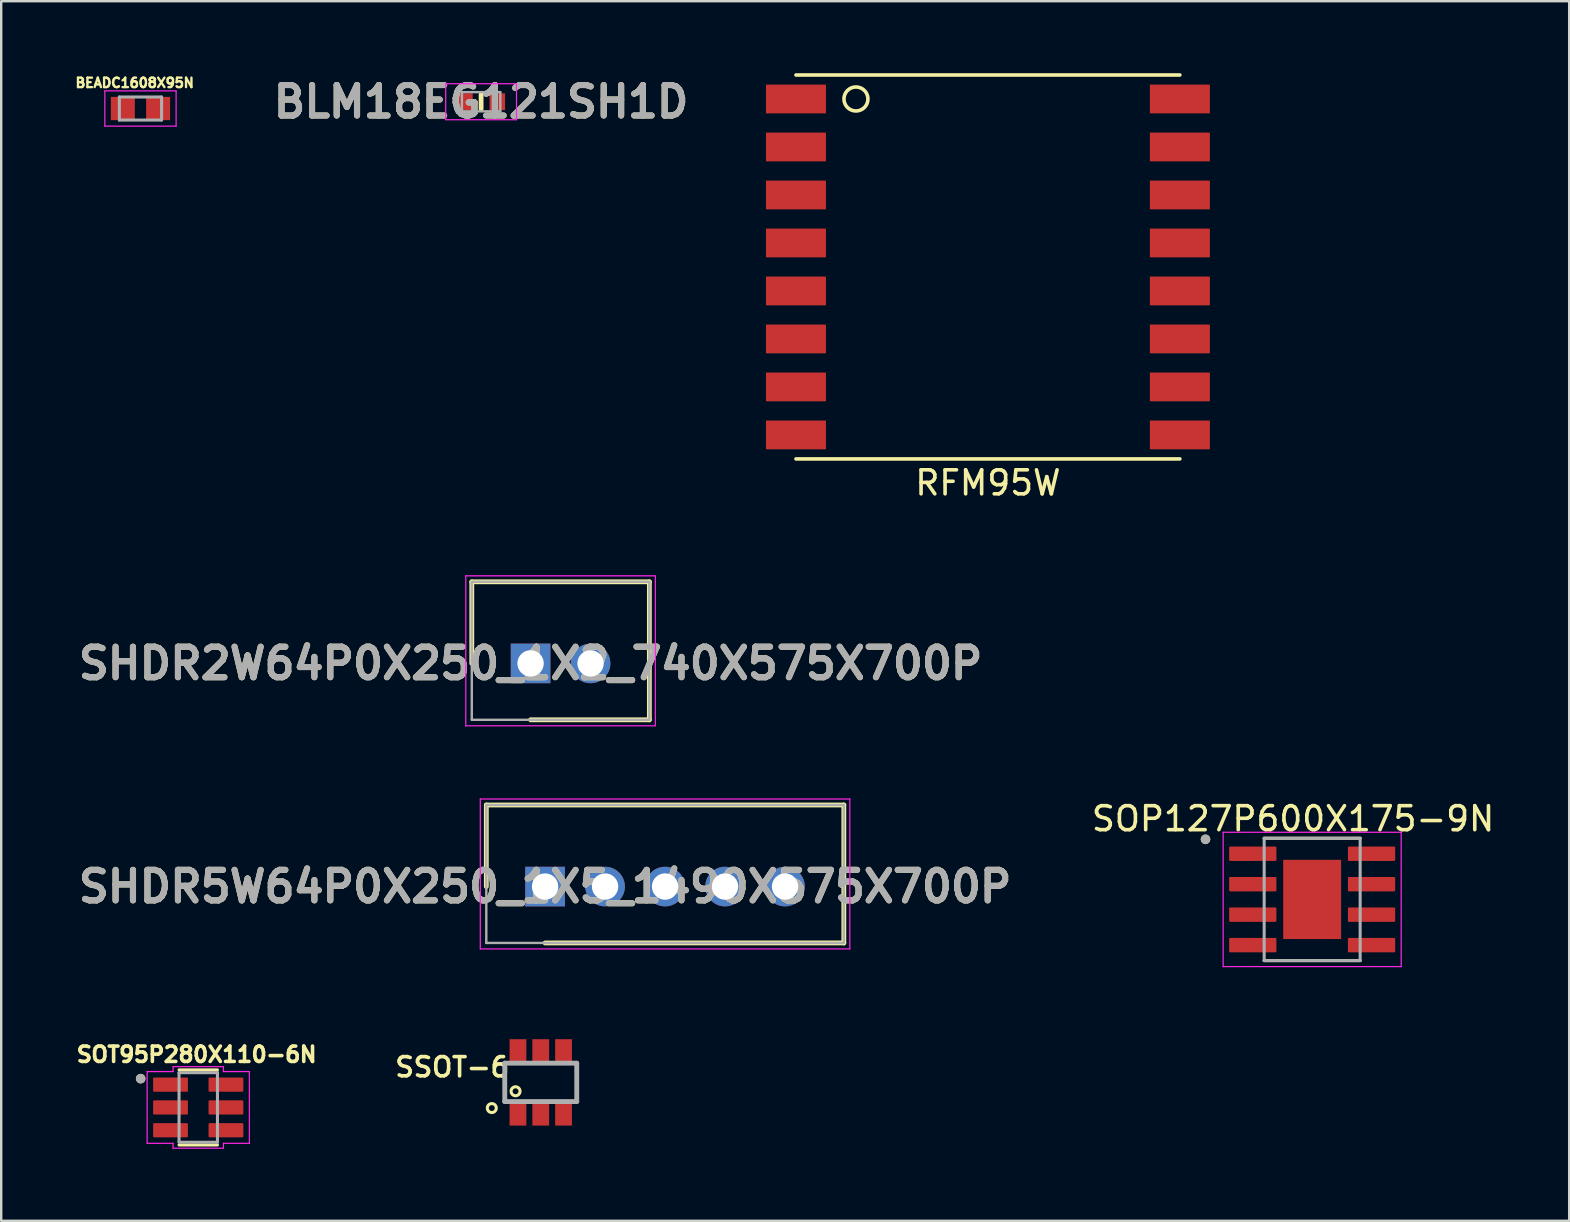
<source format=kicad_pcb>
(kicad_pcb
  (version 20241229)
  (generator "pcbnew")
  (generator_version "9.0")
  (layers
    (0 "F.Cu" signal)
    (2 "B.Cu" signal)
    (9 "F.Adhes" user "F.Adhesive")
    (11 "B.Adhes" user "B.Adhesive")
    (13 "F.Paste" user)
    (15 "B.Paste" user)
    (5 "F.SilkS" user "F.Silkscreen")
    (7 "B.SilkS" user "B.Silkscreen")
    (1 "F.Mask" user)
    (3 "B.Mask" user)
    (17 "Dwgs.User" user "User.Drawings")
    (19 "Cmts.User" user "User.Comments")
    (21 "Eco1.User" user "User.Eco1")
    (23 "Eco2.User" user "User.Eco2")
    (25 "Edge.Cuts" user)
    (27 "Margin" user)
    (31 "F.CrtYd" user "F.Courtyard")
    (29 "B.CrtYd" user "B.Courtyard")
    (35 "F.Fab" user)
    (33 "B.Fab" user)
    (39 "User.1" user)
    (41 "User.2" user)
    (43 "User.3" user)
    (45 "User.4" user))
  (footprint "SSOT-6"
    (layer "F.Cu")
    (at 19.486 42.059)
    (property "Reference" "SSOT-6" (at -3.688 -0.636 180) (layer "F.SilkS") (effects (font (size 0.801 0.801) (thickness 0.15))))
    (attr through_hole)
    (fp_line (start -1.5 -0.8) (end -1.5 0.8) (stroke (width 0.127) (type solid)) (layer "F.SilkS"))
    (fp_line (start 1.49 -0.78) (end 1.5 0.8) (stroke (width 0.127) (type solid)) (layer "F.SilkS"))
    (fp_line (start 1.5 0.8) (end -1.5 0.8) (stroke (width 0.127) (type solid)) (layer "F.SilkS"))
    (fp_circle (center -2.04 1.07) (end -1.853 1.07) (stroke (width 0.127) (type solid)) (fill no) (layer "F.SilkS"))
    (fp_circle (center -1.05 0.37) (end -0.863 0.37) (stroke (width 0.127) (type solid)) (fill no) (layer "F.SilkS"))
    (fp_line (start -1.5 -0.8) (end 1.5 -0.8) (stroke (width 0.203) (type solid)) (layer "F.Fab"))
    (fp_line (start -1.5 0.8) (end -1.5 -0.8) (stroke (width 0.203) (type solid)) (layer "F.Fab"))
    (fp_line (start 1.5 -0.8) (end 1.5 0.8) (stroke (width 0.203) (type solid)) (layer "F.Fab"))
    (fp_line (start 1.5 0.8) (end -1.5 0.8) (stroke (width 0.203) (type solid)) (layer "F.Fab"))
    (pad "1" smd rect (at -0.95 1.3) (size 0.7 1) (layers "F.Cu" "F.Mask" "F.Paste"))
    (pad "2" smd rect (at 0 1.3) (size 0.7 1) (layers "F.Cu" "F.Mask" "F.Paste"))
    (pad "3" smd rect (at 0.95 1.3) (size 0.7 1) (layers "F.Cu" "F.Mask" "F.Paste"))
    (pad "4" smd rect (at 0.95 -1.3) (size 0.7 1) (layers "F.Cu" "F.Mask" "F.Paste"))
    (pad "5" smd rect (at 0 -1.3) (size 0.7 1) (layers "F.Cu" "F.Mask" "F.Paste"))
    (pad "6" smd rect (at -0.95 -1.3) (size 0.7 1) (layers "F.Cu" "F.Mask" "F.Paste")))
  (footprint "RFM95W"
    (layer "F.Cu")
    (at 38.122 8.075)
    (property "Reference" "RFM95W" (at 0 9 0) (layer "F.SilkS") (effects (font (size 1 1) (thickness 0.15))))
    (attr smd)
    (fp_line (start -8 -8) (end 8 -8) (stroke (width 0.15) (type solid)) (layer "F.SilkS"))
    (fp_line (start -8 8) (end 8 8) (stroke (width 0.15) (type solid)) (layer "F.SilkS"))
    (fp_circle (center -5.5 -7) (end -5.5 -6.5) (stroke (width 0.15) (type solid)) (fill no) (layer "F.SilkS"))
    (pad "1" smd rect (at -8 -7) (size 2.5 1.2) (layers "F.Cu" "F.Mask" "F.Paste"))
    (pad "2" smd rect (at -8 -5) (size 2.5 1.2) (layers "F.Cu" "F.Mask" "F.Paste"))
    (pad "3" smd rect (at -8 -3) (size 2.5 1.2) (layers "F.Cu" "F.Mask" "F.Paste"))
    (pad "4" smd rect (at -8 -1) (size 2.5 1.2) (layers "F.Cu" "F.Mask" "F.Paste"))
    (pad "5" smd rect (at -8 1) (size 2.5 1.2) (layers "F.Cu" "F.Mask" "F.Paste"))
    (pad "6" smd rect (at -8 3) (size 2.5 1.2) (layers "F.Cu" "F.Mask" "F.Paste"))
    (pad "7" smd rect (at -8 5) (size 2.5 1.2) (layers "F.Cu" "F.Mask" "F.Paste"))
    (pad "8" smd rect (at -8 7) (size 2.5 1.2) (layers "F.Cu" "F.Mask" "F.Paste"))
    (pad "9" smd rect (at 8 7) (size 2.5 1.2) (layers "F.Cu" "F.Mask" "F.Paste"))
    (pad "10" smd rect (at 8 5) (size 2.5 1.2) (layers "F.Cu" "F.Mask" "F.Paste"))
    (pad "11" smd rect (at 8 3) (size 2.5 1.2) (layers "F.Cu" "F.Mask" "F.Paste"))
    (pad "12" smd rect (at 8 1) (size 2.5 1.2) (layers "F.Cu" "F.Mask" "F.Paste"))
    (pad "13" smd rect (at 8 -1) (size 2.5 1.2) (layers "F.Cu" "F.Mask" "F.Paste"))
    (pad "14" smd rect (at 8 -3) (size 2.5 1.2) (layers "F.Cu" "F.Mask" "F.Paste"))
    (pad "15" smd rect (at 8 -5) (size 2.5 1.2) (layers "F.Cu" "F.Mask" "F.Paste"))
    (pad "16" smd rect (at 8 -7) (size 2.5 1.2) (layers "F.Cu" "F.Mask" "F.Paste")))
  (footprint "BLM18EG121SH1D"
    (layer "F.Cu")
    (at 17 1.189)
    (property "Reference" "BLM18EG121SH1D" (at 0 0 0) (layer "F.SilkS") (effects (font (size 1.27 1.27) (thickness 0.254))))
    (attr smd)
    (fp_line (start 0 -0.3) (end 0 0.3) (stroke (width 0.2) (type solid)) (layer "F.SilkS"))
    (fp_line (start -1.475 -0.75) (end 1.475 -0.75) (stroke (width 0.05) (type solid)) (layer "F.CrtYd"))
    (fp_line (start -1.475 0.75) (end -1.475 -0.75) (stroke (width 0.05) (type solid)) (layer "F.CrtYd"))
    (fp_line (start 1.475 -0.75) (end 1.475 0.75) (stroke (width 0.05) (type solid)) (layer "F.CrtYd"))
    (fp_line (start 1.475 0.75) (end -1.475 0.75) (stroke (width 0.05) (type solid)) (layer "F.CrtYd"))
    (fp_line (start -0.8 -0.4) (end 0.8 -0.4) (stroke (width 0.1) (type solid)) (layer "F.Fab"))
    (fp_line (start -0.8 0.4) (end -0.8 -0.4) (stroke (width 0.1) (type solid)) (layer "F.Fab"))
    (fp_line (start 0.8 -0.4) (end 0.8 0.4) (stroke (width 0.1) (type solid)) (layer "F.Fab"))
    (fp_line (start 0.8 0.4) (end -0.8 0.4) (stroke (width 0.1) (type solid)) (layer "F.Fab"))
    (fp_text user "${REFERENCE}" (at 0 0 0) (layer "F.Fab") (effects (font (size 1.27 1.27) (thickness 0.254))))
    (pad "1" smd rect (at -0.675 0) (size 0.65 0.7) (layers "F.Cu" "F.Mask" "F.Paste"))
    (pad "2" smd rect (at 0.675 0) (size 0.65 0.7) (layers "F.Cu" "F.Mask" "F.Paste")))
  (footprint "SHDR5W64P0X250_1X5_1490X575X700P"
    (layer "F.Cu")
    (at 19.667 33.898)
    (property "Reference" "SHDR5W64P0X250_1X5_1490X575X700P" (at 0 0 0) (layer "F.SilkS") (effects (font (size 1.27 1.27) (thickness 0.254))))
    (attr through_hole)
    (fp_line (start -2.45 -3.4) (end -2.45 0) (stroke (width 0.2) (type solid)) (layer "F.SilkS"))
    (fp_line (start 0 2.35) (end 12.45 2.35) (stroke (width 0.2) (type solid)) (layer "F.SilkS"))
    (fp_line (start 12.45 -3.4) (end -2.45 -3.4) (stroke (width 0.2) (type solid)) (layer "F.SilkS"))
    (fp_line (start 12.45 2.35) (end 12.45 -3.4) (stroke (width 0.2) (type solid)) (layer "F.SilkS"))
    (fp_line (start -2.7 -3.65) (end 12.7 -3.65) (stroke (width 0.05) (type solid)) (layer "F.CrtYd"))
    (fp_line (start -2.7 2.6) (end -2.7 -3.65) (stroke (width 0.05) (type solid)) (layer "F.CrtYd"))
    (fp_line (start 12.7 -3.65) (end 12.7 2.6) (stroke (width 0.05) (type solid)) (layer "F.CrtYd"))
    (fp_line (start 12.7 2.6) (end -2.7 2.6) (stroke (width 0.05) (type solid)) (layer "F.CrtYd"))
    (fp_line (start -2.45 -3.4) (end 12.45 -3.4) (stroke (width 0.1) (type solid)) (layer "F.Fab"))
    (fp_line (start -2.45 2.35) (end -2.45 -3.4) (stroke (width 0.1) (type solid)) (layer "F.Fab"))
    (fp_line (start 12.45 -3.4) (end 12.45 2.35) (stroke (width 0.1) (type solid)) (layer "F.Fab"))
    (fp_line (start 12.45 2.35) (end -2.45 2.35) (stroke (width 0.1) (type solid)) (layer "F.Fab"))
    (fp_text user "${REFERENCE}" (at 0 0 0) (layer "F.Fab") (effects (font (size 1.27 1.27) (thickness 0.254))))
    (pad "1" thru_hole rect (at 0 0) (size 1.65 1.65) (drill 1.1) (layers "*.Cu" "*.Mask"))
    (pad "2" thru_hole circle (at 2.5 0) (size 1.65 1.65) (drill 1.1) (layers "*.Cu" "*.Mask"))
    (pad "3" thru_hole circle (at 5 0) (size 1.65 1.65) (drill 1.1) (layers "*.Cu" "*.Mask"))
    (pad "4" thru_hole circle (at 7.5 0) (size 1.65 1.65) (drill 1.1) (layers "*.Cu" "*.Mask"))
    (pad "5" thru_hole circle (at 10 0) (size 1.65 1.65) (drill 1.1) (layers "*.Cu" "*.Mask")))
  (footprint "BEADC1608X95N"
    (layer "F.Cu")
    (at 2.804 1.473)
    (property "Reference" "BEADC1608X95N" (at -0.24 -1.07 0) (layer "F.SilkS") (effects (font (size 0.394 0.394) (thickness 0.15))))
    (attr through_hole)
    (fp_line (start -1.485 -0.735) (end 1.485 -0.735) (stroke (width 0.05) (type solid)) (layer "F.CrtYd"))
    (fp_line (start -1.485 0.735) (end -1.485 -0.735) (stroke (width 0.05) (type solid)) (layer "F.CrtYd"))
    (fp_line (start -1.485 0.735) (end 1.485 0.735) (stroke (width 0.05) (type solid)) (layer "F.CrtYd"))
    (fp_line (start 1.485 0.735) (end 1.485 -0.735) (stroke (width 0.05) (type solid)) (layer "F.CrtYd"))
    (fp_line (start -0.88 0.48) (end -0.88 -0.48) (stroke (width 0.127) (type solid)) (layer "F.Fab"))
    (fp_line (start 0.88 -0.48) (end -0.88 -0.48) (stroke (width 0.127) (type solid)) (layer "F.Fab"))
    (fp_line (start 0.88 0.48) (end -0.88 0.48) (stroke (width 0.127) (type solid)) (layer "F.Fab"))
    (fp_line (start 0.88 0.48) (end 0.88 -0.48) (stroke (width 0.127) (type solid)) (layer "F.Fab"))
    (pad "1" smd rect (at -0.735 0) (size 1 0.97) (layers "F.Cu" "F.Mask" "F.Paste"))
    (pad "2" smd rect (at 0.735 0) (size 1 0.97) (layers "F.Cu" "F.Mask" "F.Paste")))
  (footprint "SOP127P600X175-9N"
    (layer "F.Cu")
    (at 51.635 34.434)
    (property "Reference" "SOP127P600X175-9N" (at -0.795 -3.362 0) (layer "F.SilkS") (effects (font (size 1 1) (thickness 0.15))))
    (attr through_hole)
    (fp_line (start -2 -2.55) (end 2 -2.55) (stroke (width 0.127) (type solid)) (layer "F.SilkS"))
    (fp_line (start -2 2.55) (end 2 2.55) (stroke (width 0.127) (type solid)) (layer "F.SilkS"))
    (fp_circle (center -4.445 -2.505) (end -4.345 -2.505) (stroke (width 0.2) (type solid)) (fill no) (layer "F.SilkS"))
    (fp_poly (pts (xy -0.645 -0.82) (xy 0.645 -0.82) (xy 0.645 0.82) (xy -0.645 0.82)) (stroke (width 0.01) (type solid)) (fill yes) (layer "F.Paste"))
    (fp_line (start -3.71 -2.8) (end -3.71 2.8) (stroke (width 0.05) (type solid)) (layer "F.CrtYd"))
    (fp_line (start -3.71 -2.8) (end 3.71 -2.8) (stroke (width 0.05) (type solid)) (layer "F.CrtYd"))
    (fp_line (start -3.71 2.8) (end 3.71 2.8) (stroke (width 0.05) (type solid)) (layer "F.CrtYd"))
    (fp_line (start 3.71 -2.8) (end 3.71 2.8) (stroke (width 0.05) (type solid)) (layer "F.CrtYd"))
    (fp_line (start -2 -2.55) (end -2 2.55) (stroke (width 0.127) (type solid)) (layer "F.Fab"))
    (fp_line (start -2 -2.55) (end 2 -2.55) (stroke (width 0.127) (type solid)) (layer "F.Fab"))
    (fp_line (start -2 2.55) (end 2 2.55) (stroke (width 0.127) (type solid)) (layer "F.Fab"))
    (fp_line (start 2 -2.55) (end 2 2.55) (stroke (width 0.127) (type solid)) (layer "F.Fab"))
    (fp_circle (center -4.445 -2.505) (end -4.345 -2.505) (stroke (width 0.2) (type solid)) (fill no) (layer "F.Fab"))
    (pad "1" smd roundrect (at -2.475 -1.905) (size 1.97 0.6) (layers "F.Cu" "F.Mask" "F.Paste") (roundrect_rratio 0.07))
    (pad "2" smd roundrect (at -2.475 -0.635) (size 1.97 0.6) (layers "F.Cu" "F.Mask" "F.Paste") (roundrect_rratio 0.07))
    (pad "3" smd roundrect (at -2.475 0.635) (size 1.97 0.6) (layers "F.Cu" "F.Mask" "F.Paste") (roundrect_rratio 0.07))
    (pad "4" smd roundrect (at -2.475 1.905) (size 1.97 0.6) (layers "F.Cu" "F.Mask" "F.Paste") (roundrect_rratio 0.07))
    (pad "5" smd roundrect (at 2.475 1.905) (size 1.97 0.6) (layers "F.Cu" "F.Mask" "F.Paste") (roundrect_rratio 0.07))
    (pad "6" smd roundrect (at 2.475 0.635) (size 1.97 0.6) (layers "F.Cu" "F.Mask" "F.Paste") (roundrect_rratio 0.07))
    (pad "7" smd roundrect (at 2.475 -0.635) (size 1.97 0.6) (layers "F.Cu" "F.Mask" "F.Paste") (roundrect_rratio 0.07))
    (pad "8" smd roundrect (at 2.475 -1.905) (size 1.97 0.6) (layers "F.Cu" "F.Mask" "F.Paste") (roundrect_rratio 0.07))
    (pad "9" smd rect (at 0 0) (size 2.413 3.302) (layers "F.Cu" "F.Mask")))
  (footprint "SOT95P280X110-6N"
    (layer "F.Cu")
    (at 5.212 43.103)
    (property "Reference" "SOT95P280X110-6N" (at -0.068 -2.206 0) (layer "F.SilkS") (effects (font (size 0.64 0.64) (thickness 0.15))))
    (attr through_hole)
    (fp_line (start -0.8 -1.565) (end 0.8 -1.565) (stroke (width 0.127) (type solid)) (layer "F.SilkS"))
    (fp_line (start -0.8 1.565) (end 0.8 1.565) (stroke (width 0.127) (type solid)) (layer "F.SilkS"))
    (fp_circle (center -2.4 -1.2) (end -2.3 -1.2) (stroke (width 0.2) (type solid)) (fill no) (layer "F.SilkS"))
    (fp_line (start -2.13 -1.495) (end -2.13 1.495) (stroke (width 0.05) (type solid)) (layer "F.CrtYd"))
    (fp_line (start -2.13 1.495) (end -1.05 1.495) (stroke (width 0.05) (type solid)) (layer "F.CrtYd"))
    (fp_line (start -1.05 -1.7) (end -1.05 -1.495) (stroke (width 0.05) (type solid)) (layer "F.CrtYd"))
    (fp_line (start -1.05 -1.495) (end -2.13 -1.495) (stroke (width 0.05) (type solid)) (layer "F.CrtYd"))
    (fp_line (start -1.05 1.495) (end -1.05 1.7) (stroke (width 0.05) (type solid)) (layer "F.CrtYd"))
    (fp_line (start -1.05 1.7) (end 1.05 1.7) (stroke (width 0.05) (type solid)) (layer "F.CrtYd"))
    (fp_line (start 1.05 -1.7) (end -1.05 -1.7) (stroke (width 0.05) (type solid)) (layer "F.CrtYd"))
    (fp_line (start 1.05 -1.495) (end 1.05 -1.7) (stroke (width 0.05) (type solid)) (layer "F.CrtYd"))
    (fp_line (start 1.05 1.495) (end 2.13 1.495) (stroke (width 0.05) (type solid)) (layer "F.CrtYd"))
    (fp_line (start 1.05 1.7) (end 1.05 1.495) (stroke (width 0.05) (type solid)) (layer "F.CrtYd"))
    (fp_line (start 2.13 -1.495) (end 1.05 -1.495) (stroke (width 0.05) (type solid)) (layer "F.CrtYd"))
    (fp_line (start 2.13 1.495) (end 2.13 -1.495) (stroke (width 0.05) (type solid)) (layer "F.CrtYd"))
    (fp_line (start -0.8 -1.45) (end -0.8 1.45) (stroke (width 0.127) (type solid)) (layer "F.Fab"))
    (fp_line (start -0.8 1.45) (end 0.8 1.45) (stroke (width 0.127) (type solid)) (layer "F.Fab"))
    (fp_line (start 0.8 -1.45) (end -0.8 -1.45) (stroke (width 0.127) (type solid)) (layer "F.Fab"))
    (fp_line (start 0.8 1.45) (end 0.8 -1.45) (stroke (width 0.127) (type solid)) (layer "F.Fab"))
    (fp_circle (center -2.4 -1.2) (end -2.3 -1.2) (stroke (width 0.2) (type solid)) (fill no) (layer "F.Fab"))
    (pad "1" smd roundrect (at -1.155 -0.95) (size 1.45 0.59) (layers "F.Cu" "F.Mask" "F.Paste") (roundrect_rratio 0.07))
    (pad "2" smd roundrect (at -1.155 0) (size 1.45 0.59) (layers "F.Cu" "F.Mask" "F.Paste") (roundrect_rratio 0.07))
    (pad "3" smd roundrect (at -1.155 0.95) (size 1.45 0.59) (layers "F.Cu" "F.Mask" "F.Paste") (roundrect_rratio 0.07))
    (pad "4" smd roundrect (at 1.155 0.95) (size 1.45 0.59) (layers "F.Cu" "F.Mask" "F.Paste") (roundrect_rratio 0.07))
    (pad "5" smd roundrect (at 1.155 0) (size 1.45 0.59) (layers "F.Cu" "F.Mask" "F.Paste") (roundrect_rratio 0.07))
    (pad "6" smd roundrect (at 1.155 -0.95) (size 1.45 0.59) (layers "F.Cu" "F.Mask" "F.Paste") (roundrect_rratio 0.07)))
  (footprint "SHDR2W64P0X250_1X2_740X575X700P"
    (layer "F.Cu")
    (at 19.062 24.598)
    (property "Reference" "SHDR2W64P0X250_1X2_740X575X700P" (at 0 0 0) (layer "F.SilkS") (effects (font (size 1.27 1.27) (thickness 0.254))))
    (attr through_hole)
    (fp_line (start -2.45 -3.4) (end -2.45 0) (stroke (width 0.2) (type solid)) (layer "F.SilkS"))
    (fp_line (start 0 2.35) (end 4.95 2.35) (stroke (width 0.2) (type solid)) (layer "F.SilkS"))
    (fp_line (start 4.95 -3.4) (end -2.45 -3.4) (stroke (width 0.2) (type solid)) (layer "F.SilkS"))
    (fp_line (start 4.95 2.35) (end 4.95 -3.4) (stroke (width 0.2) (type solid)) (layer "F.SilkS"))
    (fp_line (start -2.7 -3.65) (end 5.2 -3.65) (stroke (width 0.05) (type solid)) (layer "F.CrtYd"))
    (fp_line (start -2.7 2.6) (end -2.7 -3.65) (stroke (width 0.05) (type solid)) (layer "F.CrtYd"))
    (fp_line (start 5.2 -3.65) (end 5.2 2.6) (stroke (width 0.05) (type solid)) (layer "F.CrtYd"))
    (fp_line (start 5.2 2.6) (end -2.7 2.6) (stroke (width 0.05) (type solid)) (layer "F.CrtYd"))
    (fp_line (start -2.45 -3.4) (end 4.95 -3.4) (stroke (width 0.1) (type solid)) (layer "F.Fab"))
    (fp_line (start -2.45 2.35) (end -2.45 -3.4) (stroke (width 0.1) (type solid)) (layer "F.Fab"))
    (fp_line (start 4.95 -3.4) (end 4.95 2.35) (stroke (width 0.1) (type solid)) (layer "F.Fab"))
    (fp_line (start 4.95 2.35) (end -2.45 2.35) (stroke (width 0.1) (type solid)) (layer "F.Fab"))
    (fp_text user "${REFERENCE}" (at 0 0 0) (layer "F.Fab") (effects (font (size 1.27 1.27) (thickness 0.254))))
    (pad "1" thru_hole rect (at 0 0) (size 1.65 1.65) (drill 1.1) (layers "*.Cu" "*.Mask"))
    (pad "2" thru_hole circle (at 2.5 0) (size 1.65 1.65) (drill 1.1) (layers "*.Cu" "*.Mask")))
  (gr_rect
    (start -3 -3)
    (end 62.346 47.828)
    (stroke (width 0.1) (type default))
    (fill no)
    (layer "Edge.Cuts")))
</source>
